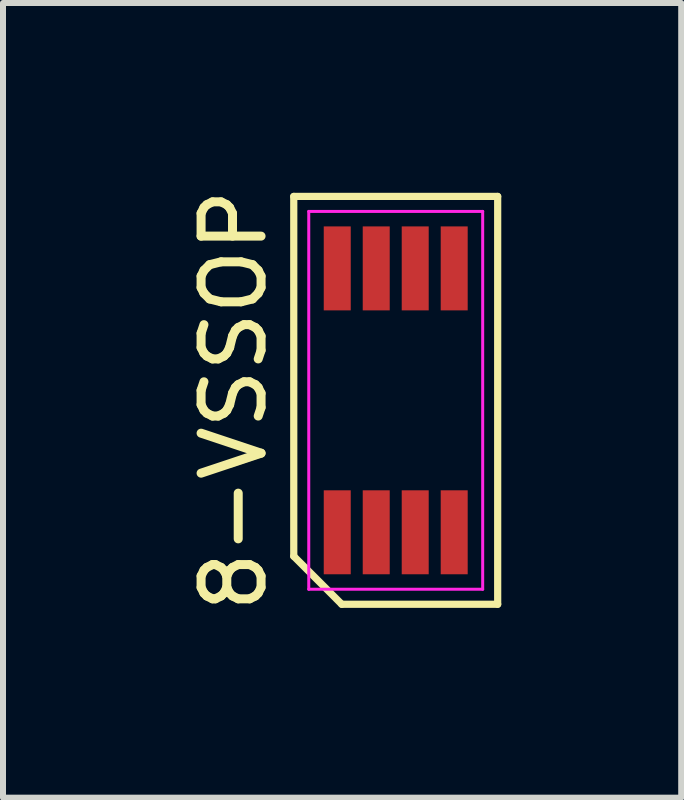
<source format=kicad_pcb>
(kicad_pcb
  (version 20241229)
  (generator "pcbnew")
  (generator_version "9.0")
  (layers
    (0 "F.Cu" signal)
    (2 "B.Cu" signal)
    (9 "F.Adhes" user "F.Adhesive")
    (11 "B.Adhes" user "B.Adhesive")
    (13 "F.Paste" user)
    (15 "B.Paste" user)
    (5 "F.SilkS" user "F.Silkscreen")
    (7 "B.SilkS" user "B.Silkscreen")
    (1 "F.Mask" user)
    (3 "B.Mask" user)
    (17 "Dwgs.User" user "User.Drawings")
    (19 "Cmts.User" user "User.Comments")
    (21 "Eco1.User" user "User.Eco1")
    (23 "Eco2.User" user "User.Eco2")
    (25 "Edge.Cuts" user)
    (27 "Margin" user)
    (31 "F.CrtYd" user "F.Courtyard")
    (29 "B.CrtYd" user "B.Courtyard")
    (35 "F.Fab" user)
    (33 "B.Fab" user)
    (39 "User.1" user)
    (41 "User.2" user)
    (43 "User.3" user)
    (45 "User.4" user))
  (footprint "8-VSSOP"
    (layer "F.Cu")
    (at 3.548 3.625)
    (property "Reference" "8-VSSOP" (at -2.7 0 90) (layer "F.SilkS") (effects (font (size 1 1) (thickness 0.15))))
    (attr smd)
    (fp_line (start -1.7 -3.4) (end 1.7 -3.4) (stroke (width 0.12) (type solid)) (layer "F.SilkS"))
    (fp_line (start -1.7 2.6) (end -1.7 -3.4) (stroke (width 0.12) (type solid)) (layer "F.SilkS"))
    (fp_line (start -0.9 3.4) (end -1.7 2.6) (stroke (width 0.12) (type solid)) (layer "F.SilkS"))
    (fp_line (start 1.7 -3.4) (end 1.7 3.4) (stroke (width 0.12) (type solid)) (layer "F.SilkS"))
    (fp_line (start 1.7 3.4) (end -0.9 3.4) (stroke (width 0.12) (type solid)) (layer "F.SilkS"))
    (fp_line (start -1.45 -3.15) (end 1.45 -3.15) (stroke (width 0.05) (type solid)) (layer "F.CrtYd"))
    (fp_line (start -1.45 3.15) (end -1.45 -3.15) (stroke (width 0.05) (type solid)) (layer "F.CrtYd"))
    (fp_line (start 1.45 -3.15) (end 1.45 3.15) (stroke (width 0.05) (type solid)) (layer "F.CrtYd"))
    (fp_line (start 1.45 3.15) (end -1.45 3.15) (stroke (width 0.05) (type solid)) (layer "F.CrtYd"))
    (pad "1" smd rect (at -0.975 2.2) (size 0.45 1.4) (layers "F.Cu" "F.Mask" "F.Paste"))
    (pad "2" smd rect (at -0.325 2.2) (size 0.45 1.4) (layers "F.Cu" "F.Mask" "F.Paste"))
    (pad "3" smd rect (at 0.325 2.2) (size 0.45 1.4) (layers "F.Cu" "F.Mask" "F.Paste"))
    (pad "4" smd rect (at 0.975 2.2) (size 0.45 1.4) (layers "F.Cu" "F.Mask" "F.Paste"))
    (pad "5" smd rect (at 0.975 -2.2) (size 0.45 1.4) (layers "F.Cu" "F.Mask" "F.Paste"))
    (pad "6" smd rect (at 0.325 -2.2) (size 0.45 1.4) (layers "F.Cu" "F.Mask" "F.Paste"))
    (pad "7" smd rect (at -0.325 -2.2) (size 0.45 1.4) (layers "F.Cu" "F.Mask" "F.Paste"))
    (pad "8" smd rect (at -0.975 -2.2) (size 0.45 1.4) (layers "F.Cu" "F.Mask" "F.Paste")))
  (gr_rect
    (start -3 -3)
    (end 8.308 10.25)
    (stroke (width 0.1) (type default))
    (fill no)
    (layer "Edge.Cuts")))
</source>
